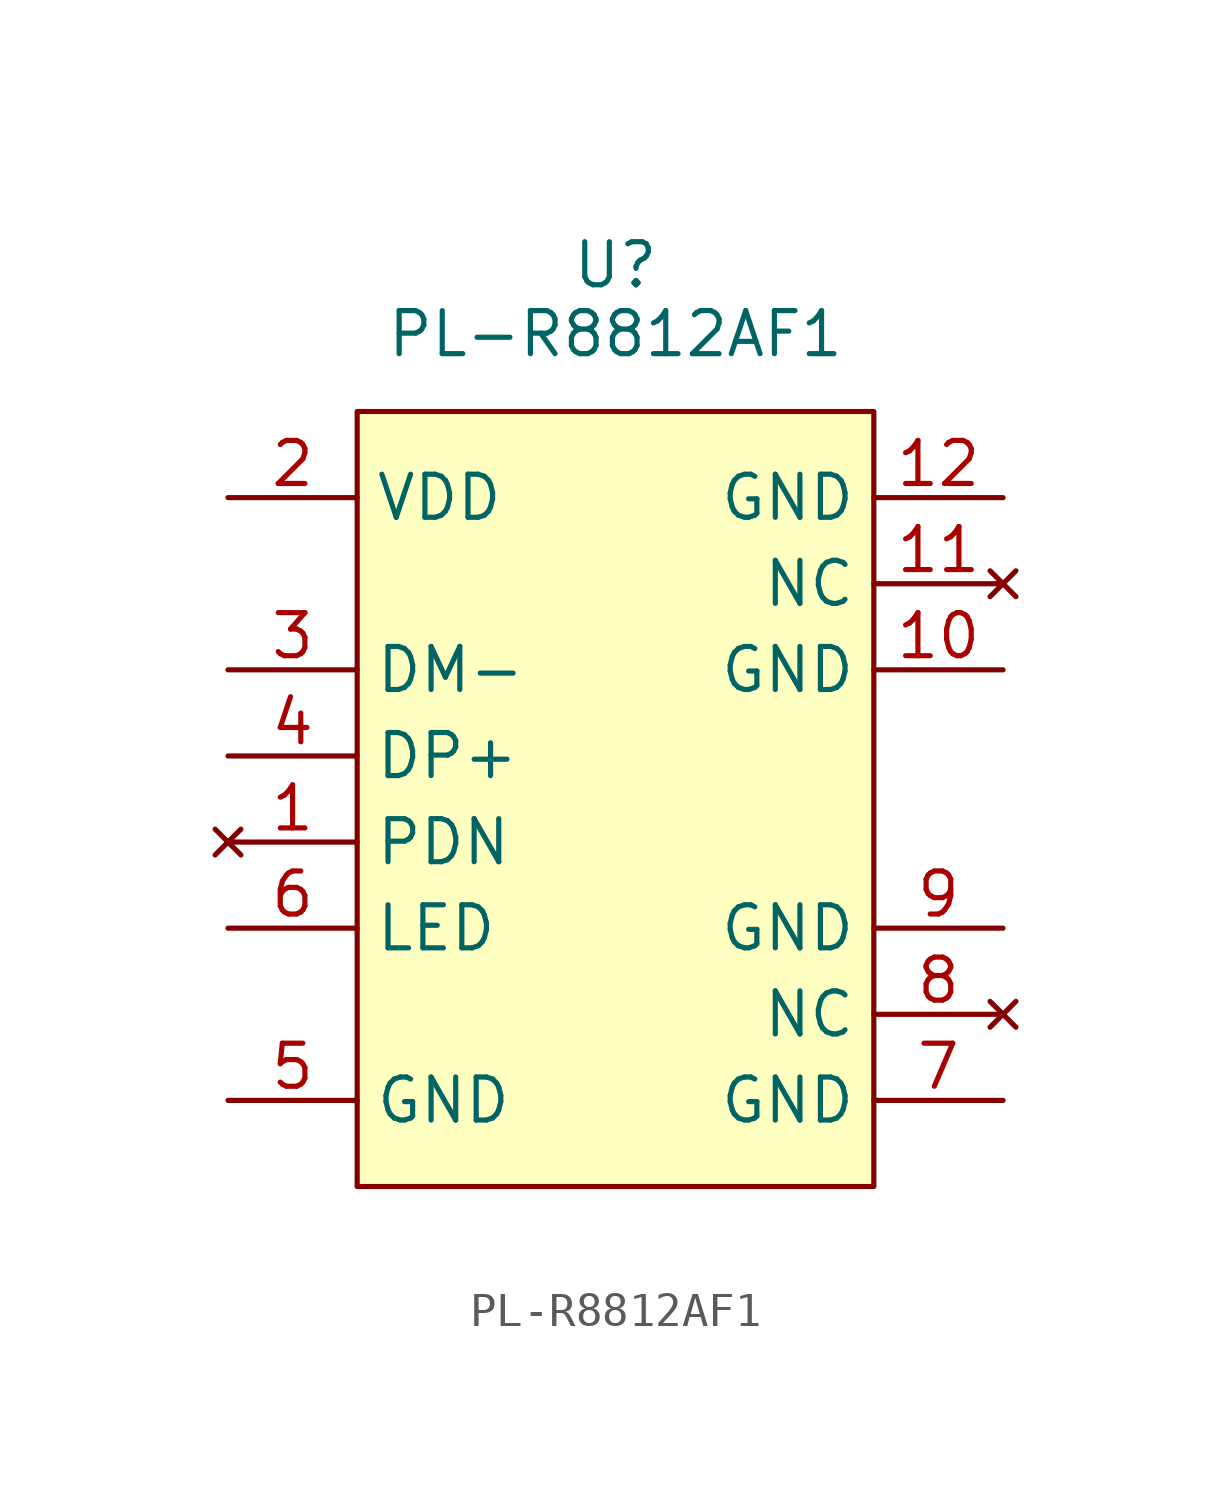
<source format=kicad_sym>
(kicad_symbol_lib
  (version 20231120)
  (generator "kicad_symbol_editor")
  (generator_version "8.0")
  (symbol "PL-R8812AF1"
    (property "Reference" "U"
      (at 0 9.398 0)
      (effects (font (size 1.27 1.27))))
    (property "Value" "PL-R8812AF1"
      (at 0 7.366 0)
      (effects (font (size 1.27 1.27))))
    (symbol "PL-R8812AF1_1_1"
      (rectangle (start -7.62 5.08) (end 7.62 -17.78) (stroke (width 0) (type default)) (fill (type background)))
      (pin no_connect line (at -11.43 -7.62 0) (length 3.81) (name "PDN" (effects (font (size 1.27 1.27)))) (number "1" (effects (font (size 1.27 1.27)))))
      (pin passive line (at 11.43 -2.54 180) (length 3.81) (name "GND" (effects (font (size 1.27 1.27)))) (number "10" (effects (font (size 1.27 1.27)))))
      (pin no_connect line (at 11.43 0 180) (length 3.81) (name "NC" (effects (font (size 1.27 1.27)))) (number "11" (effects (font (size 1.27 1.27)))))
      (pin passive line (at 11.43 2.54 180) (length 3.81) (name "GND" (effects (font (size 1.27 1.27)))) (number "12" (effects (font (size 1.27 1.27)))))
      (pin passive line (at -11.43 2.54 0) (length 3.81) (name "VDD" (effects (font (size 1.27 1.27)))) (number "2" (effects (font (size 1.27 1.27)))))
      (pin passive line (at -11.43 -2.54 0) (length 3.81) (name "DM-" (effects (font (size 1.27 1.27)))) (number "3" (effects (font (size 1.27 1.27)))))
      (pin passive line (at -11.43 -5.08 0) (length 3.81) (name "DP+" (effects (font (size 1.27 1.27)))) (number "4" (effects (font (size 1.27 1.27)))))
      (pin passive line (at -11.43 -15.24 0) (length 3.81) (name "GND" (effects (font (size 1.27 1.27)))) (number "5" (effects (font (size 1.27 1.27)))))
      (pin passive line (at -11.43 -10.16 0) (length 3.81) (name "LED" (effects (font (size 1.27 1.27)))) (number "6" (effects (font (size 1.27 1.27)))))
      (pin passive line (at 11.43 -15.24 180) (length 3.81) (name "GND" (effects (font (size 1.27 1.27)))) (number "7" (effects (font (size 1.27 1.27)))))
      (pin no_connect line (at 11.43 -12.7 180) (length 3.81) (name "NC" (effects (font (size 1.27 1.27)))) (number "8" (effects (font (size 1.27 1.27)))))
      (pin passive line (at 11.43 -10.16 180) (length 3.81) (name "GND" (effects (font (size 1.27 1.27)))) (number "9" (effects (font (size 1.27 1.27))))))))
</source>
